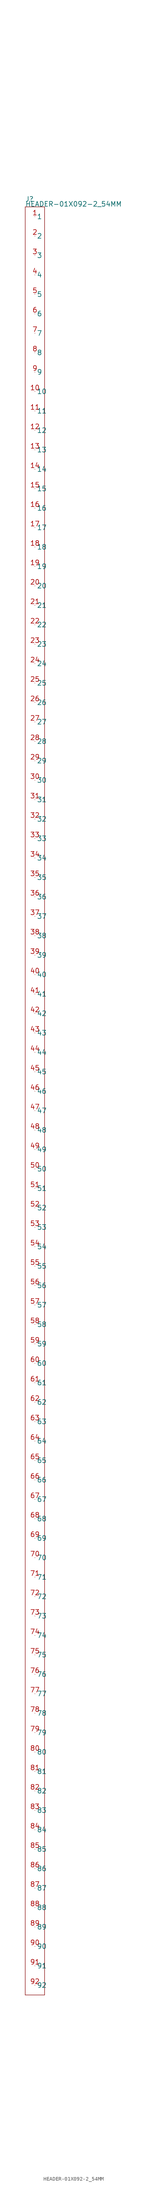
<source format=kicad_sym>
(kicad_symbol_lib
  (version 20211014)
  (generator kicad_symbol_editor)
  (symbol "HEADER-01X092-2_54MM"
    (pin_names)
    (property "Reference" "J"
      (at -2.54 234.95 0)
      (effects (font (size 1.27 1.27)) (justify left bottom)))
    (property "Value" "HEADER-01X092-2_54MM"
      (at -2.54 233.68 0)
      (effects (font (size 1.27 1.27)) (justify left bottom)))
    (property "Datasheet" ""
      (at 0 0 0))
    (property "ki_description" "Header 1x92  - Header Vertical 92POS 2.54MM Technical Specifications: Pitch: 0.1\" (2.54mm) "
      (at 0 0 0))
    (property "ki_fp_filters" "FlashPCB_Connectors:HEADER-THT-01X092-2_54MM FlashPCB_Connectors:HEADER-THT-LONG-01X092-2_54MM FlashPCB_Connectors:HEADER-THT-NOSILK-01X092-2_54MM FlashPCB_Connectors:HEADER-THT-LONG-NOSILK-01X092-2_54MM"
      (at 0 0 0))
    (symbol "HEADER-01X092-2_54MM_1_1"
      (polyline (pts (xy -2.54 233.68) (xy 2.54 233.68)) (stroke (width 0.127)) (fill (type none)))
      (polyline (pts (xy 2.54 233.68) (xy 2.54 -233.68)) (stroke (width 0.127)) (fill (type none)))
      (polyline (pts (xy 2.54 -233.68) (xy -2.54 -233.68)) (stroke (width 0.127)) (fill (type none)))
      (polyline (pts (xy -2.54 -233.68) (xy -2.54 233.68)) (stroke (width 0.127)) (fill (type none)))
      (pin bidirectional line (at 0 231.14 0) (length 0) (name "1" (effects (font (size 1.27 1.27)))) (number "1" (effects (font (size 1.27 1.27)))))
      (pin bidirectional line (at 0 226.06 0) (length 0) (name "2" (effects (font (size 1.27 1.27)))) (number "2" (effects (font (size 1.27 1.27)))))
      (pin bidirectional line (at 0 220.98 0) (length 0) (name "3" (effects (font (size 1.27 1.27)))) (number "3" (effects (font (size 1.27 1.27)))))
      (pin bidirectional line (at 0 215.9 0) (length 0) (name "4" (effects (font (size 1.27 1.27)))) (number "4" (effects (font (size 1.27 1.27)))))
      (pin bidirectional line (at 0 210.82 0) (length 0) (name "5" (effects (font (size 1.27 1.27)))) (number "5" (effects (font (size 1.27 1.27)))))
      (pin bidirectional line (at 0 205.74 0) (length 0) (name "6" (effects (font (size 1.27 1.27)))) (number "6" (effects (font (size 1.27 1.27)))))
      (pin bidirectional line (at 0 200.66 0) (length 0) (name "7" (effects (font (size 1.27 1.27)))) (number "7" (effects (font (size 1.27 1.27)))))
      (pin bidirectional line (at 0 195.58 0) (length 0) (name "8" (effects (font (size 1.27 1.27)))) (number "8" (effects (font (size 1.27 1.27)))))
      (pin bidirectional line (at 0 190.5 0) (length 0) (name "9" (effects (font (size 1.27 1.27)))) (number "9" (effects (font (size 1.27 1.27)))))
      (pin bidirectional line (at 0 185.42 0) (length 0) (name "10" (effects (font (size 1.27 1.27)))) (number "10" (effects (font (size 1.27 1.27)))))
      (pin bidirectional line (at 0 180.34 0) (length 0) (name "11" (effects (font (size 1.27 1.27)))) (number "11" (effects (font (size 1.27 1.27)))))
      (pin bidirectional line (at 0 175.26 0) (length 0) (name "12" (effects (font (size 1.27 1.27)))) (number "12" (effects (font (size 1.27 1.27)))))
      (pin bidirectional line (at 0 170.18 0) (length 0) (name "13" (effects (font (size 1.27 1.27)))) (number "13" (effects (font (size 1.27 1.27)))))
      (pin bidirectional line (at 0 165.1 0) (length 0) (name "14" (effects (font (size 1.27 1.27)))) (number "14" (effects (font (size 1.27 1.27)))))
      (pin bidirectional line (at 0 160.02 0) (length 0) (name "15" (effects (font (size 1.27 1.27)))) (number "15" (effects (font (size 1.27 1.27)))))
      (pin bidirectional line (at 0 154.94 0) (length 0) (name "16" (effects (font (size 1.27 1.27)))) (number "16" (effects (font (size 1.27 1.27)))))
      (pin bidirectional line (at 0 149.86 0) (length 0) (name "17" (effects (font (size 1.27 1.27)))) (number "17" (effects (font (size 1.27 1.27)))))
      (pin bidirectional line (at 0 144.78 0) (length 0) (name "18" (effects (font (size 1.27 1.27)))) (number "18" (effects (font (size 1.27 1.27)))))
      (pin bidirectional line (at 0 139.7 0) (length 0) (name "19" (effects (font (size 1.27 1.27)))) (number "19" (effects (font (size 1.27 1.27)))))
      (pin bidirectional line (at 0 134.62 0) (length 0) (name "20" (effects (font (size 1.27 1.27)))) (number "20" (effects (font (size 1.27 1.27)))))
      (pin bidirectional line (at 0 129.54 0) (length 0) (name "21" (effects (font (size 1.27 1.27)))) (number "21" (effects (font (size 1.27 1.27)))))
      (pin bidirectional line (at 0 124.46 0) (length 0) (name "22" (effects (font (size 1.27 1.27)))) (number "22" (effects (font (size 1.27 1.27)))))
      (pin bidirectional line (at 0 119.38 0) (length 0) (name "23" (effects (font (size 1.27 1.27)))) (number "23" (effects (font (size 1.27 1.27)))))
      (pin bidirectional line (at 0 114.3 0) (length 0) (name "24" (effects (font (size 1.27 1.27)))) (number "24" (effects (font (size 1.27 1.27)))))
      (pin bidirectional line (at 0 109.22 0) (length 0) (name "25" (effects (font (size 1.27 1.27)))) (number "25" (effects (font (size 1.27 1.27)))))
      (pin bidirectional line (at 0 104.14 0) (length 0) (name "26" (effects (font (size 1.27 1.27)))) (number "26" (effects (font (size 1.27 1.27)))))
      (pin bidirectional line (at 0 99.06 0) (length 0) (name "27" (effects (font (size 1.27 1.27)))) (number "27" (effects (font (size 1.27 1.27)))))
      (pin bidirectional line (at 0 93.98 0) (length 0) (name "28" (effects (font (size 1.27 1.27)))) (number "28" (effects (font (size 1.27 1.27)))))
      (pin bidirectional line (at 0 88.9 0) (length 0) (name "29" (effects (font (size 1.27 1.27)))) (number "29" (effects (font (size 1.27 1.27)))))
      (pin bidirectional line (at 0 83.82 0) (length 0) (name "30" (effects (font (size 1.27 1.27)))) (number "30" (effects (font (size 1.27 1.27)))))
      (pin bidirectional line (at 0 78.74 0) (length 0) (name "31" (effects (font (size 1.27 1.27)))) (number "31" (effects (font (size 1.27 1.27)))))
      (pin bidirectional line (at 0 73.66 0) (length 0) (name "32" (effects (font (size 1.27 1.27)))) (number "32" (effects (font (size 1.27 1.27)))))
      (pin bidirectional line (at 0 68.58 0) (length 0) (name "33" (effects (font (size 1.27 1.27)))) (number "33" (effects (font (size 1.27 1.27)))))
      (pin bidirectional line (at 0 63.5 0) (length 0) (name "34" (effects (font (size 1.27 1.27)))) (number "34" (effects (font (size 1.27 1.27)))))
      (pin bidirectional line (at 0 58.42 0) (length 0) (name "35" (effects (font (size 1.27 1.27)))) (number "35" (effects (font (size 1.27 1.27)))))
      (pin bidirectional line (at 0 53.34 0) (length 0) (name "36" (effects (font (size 1.27 1.27)))) (number "36" (effects (font (size 1.27 1.27)))))
      (pin bidirectional line (at 0 48.26 0) (length 0) (name "37" (effects (font (size 1.27 1.27)))) (number "37" (effects (font (size 1.27 1.27)))))
      (pin bidirectional line (at 0 43.18 0) (length 0) (name "38" (effects (font (size 1.27 1.27)))) (number "38" (effects (font (size 1.27 1.27)))))
      (pin bidirectional line (at 0 38.1 0) (length 0) (name "39" (effects (font (size 1.27 1.27)))) (number "39" (effects (font (size 1.27 1.27)))))
      (pin bidirectional line (at 0 33.02 0) (length 0) (name "40" (effects (font (size 1.27 1.27)))) (number "40" (effects (font (size 1.27 1.27)))))
      (pin bidirectional line (at 0 27.94 0) (length 0) (name "41" (effects (font (size 1.27 1.27)))) (number "41" (effects (font (size 1.27 1.27)))))
      (pin bidirectional line (at 0 22.86 0) (length 0) (name "42" (effects (font (size 1.27 1.27)))) (number "42" (effects (font (size 1.27 1.27)))))
      (pin bidirectional line (at 0 17.78 0) (length 0) (name "43" (effects (font (size 1.27 1.27)))) (number "43" (effects (font (size 1.27 1.27)))))
      (pin bidirectional line (at 0 12.7 0) (length 0) (name "44" (effects (font (size 1.27 1.27)))) (number "44" (effects (font (size 1.27 1.27)))))
      (pin bidirectional line (at 0 7.62 0) (length 0) (name "45" (effects (font (size 1.27 1.27)))) (number "45" (effects (font (size 1.27 1.27)))))
      (pin bidirectional line (at 0 2.54 0) (length 0) (name "46" (effects (font (size 1.27 1.27)))) (number "46" (effects (font (size 1.27 1.27)))))
      (pin bidirectional line (at 0 -2.54 0) (length 0) (name "47" (effects (font (size 1.27 1.27)))) (number "47" (effects (font (size 1.27 1.27)))))
      (pin bidirectional line (at 0 -7.62 0) (length 0) (name "48" (effects (font (size 1.27 1.27)))) (number "48" (effects (font (size 1.27 1.27)))))
      (pin bidirectional line (at 0 -12.7 0) (length 0) (name "49" (effects (font (size 1.27 1.27)))) (number "49" (effects (font (size 1.27 1.27)))))
      (pin bidirectional line (at 0 -17.78 0) (length 0) (name "50" (effects (font (size 1.27 1.27)))) (number "50" (effects (font (size 1.27 1.27)))))
      (pin bidirectional line (at 0 -22.86 0) (length 0) (name "51" (effects (font (size 1.27 1.27)))) (number "51" (effects (font (size 1.27 1.27)))))
      (pin bidirectional line (at 0 -27.94 0) (length 0) (name "52" (effects (font (size 1.27 1.27)))) (number "52" (effects (font (size 1.27 1.27)))))
      (pin bidirectional line (at 0 -33.02 0) (length 0) (name "53" (effects (font (size 1.27 1.27)))) (number "53" (effects (font (size 1.27 1.27)))))
      (pin bidirectional line (at 0 -38.1 0) (length 0) (name "54" (effects (font (size 1.27 1.27)))) (number "54" (effects (font (size 1.27 1.27)))))
      (pin bidirectional line (at 0 -43.18 0) (length 0) (name "55" (effects (font (size 1.27 1.27)))) (number "55" (effects (font (size 1.27 1.27)))))
      (pin bidirectional line (at 0 -48.26 0) (length 0) (name "56" (effects (font (size 1.27 1.27)))) (number "56" (effects (font (size 1.27 1.27)))))
      (pin bidirectional line (at 0 -53.34 0) (length 0) (name "57" (effects (font (size 1.27 1.27)))) (number "57" (effects (font (size 1.27 1.27)))))
      (pin bidirectional line (at 0 -58.42 0) (length 0) (name "58" (effects (font (size 1.27 1.27)))) (number "58" (effects (font (size 1.27 1.27)))))
      (pin bidirectional line (at 0 -63.5 0) (length 0) (name "59" (effects (font (size 1.27 1.27)))) (number "59" (effects (font (size 1.27 1.27)))))
      (pin bidirectional line (at 0 -68.58 0) (length 0) (name "60" (effects (font (size 1.27 1.27)))) (number "60" (effects (font (size 1.27 1.27)))))
      (pin bidirectional line (at 0 -73.66 0) (length 0) (name "61" (effects (font (size 1.27 1.27)))) (number "61" (effects (font (size 1.27 1.27)))))
      (pin bidirectional line (at 0 -78.74 0) (length 0) (name "62" (effects (font (size 1.27 1.27)))) (number "62" (effects (font (size 1.27 1.27)))))
      (pin bidirectional line (at 0 -83.82 0) (length 0) (name "63" (effects (font (size 1.27 1.27)))) (number "63" (effects (font (size 1.27 1.27)))))
      (pin bidirectional line (at 0 -88.9 0) (length 0) (name "64" (effects (font (size 1.27 1.27)))) (number "64" (effects (font (size 1.27 1.27)))))
      (pin bidirectional line (at 0 -93.98 0) (length 0) (name "65" (effects (font (size 1.27 1.27)))) (number "65" (effects (font (size 1.27 1.27)))))
      (pin bidirectional line (at 0 -99.06 0) (length 0) (name "66" (effects (font (size 1.27 1.27)))) (number "66" (effects (font (size 1.27 1.27)))))
      (pin bidirectional line (at 0 -104.14 0) (length 0) (name "67" (effects (font (size 1.27 1.27)))) (number "67" (effects (font (size 1.27 1.27)))))
      (pin bidirectional line (at 0 -109.22 0) (length 0) (name "68" (effects (font (size 1.27 1.27)))) (number "68" (effects (font (size 1.27 1.27)))))
      (pin bidirectional line (at 0 -114.3 0) (length 0) (name "69" (effects (font (size 1.27 1.27)))) (number "69" (effects (font (size 1.27 1.27)))))
      (pin bidirectional line (at 0 -119.38 0) (length 0) (name "70" (effects (font (size 1.27 1.27)))) (number "70" (effects (font (size 1.27 1.27)))))
      (pin bidirectional line (at 0 -124.46 0) (length 0) (name "71" (effects (font (size 1.27 1.27)))) (number "71" (effects (font (size 1.27 1.27)))))
      (pin bidirectional line (at 0 -129.54 0) (length 0) (name "72" (effects (font (size 1.27 1.27)))) (number "72" (effects (font (size 1.27 1.27)))))
      (pin bidirectional line (at 0 -134.62 0) (length 0) (name "73" (effects (font (size 1.27 1.27)))) (number "73" (effects (font (size 1.27 1.27)))))
      (pin bidirectional line (at 0 -139.7 0) (length 0) (name "74" (effects (font (size 1.27 1.27)))) (number "74" (effects (font (size 1.27 1.27)))))
      (pin bidirectional line (at 0 -144.78 0) (length 0) (name "75" (effects (font (size 1.27 1.27)))) (number "75" (effects (font (size 1.27 1.27)))))
      (pin bidirectional line (at 0 -149.86 0) (length 0) (name "76" (effects (font (size 1.27 1.27)))) (number "76" (effects (font (size 1.27 1.27)))))
      (pin bidirectional line (at 0 -154.94 0) (length 0) (name "77" (effects (font (size 1.27 1.27)))) (number "77" (effects (font (size 1.27 1.27)))))
      (pin bidirectional line (at 0 -160.02 0) (length 0) (name "78" (effects (font (size 1.27 1.27)))) (number "78" (effects (font (size 1.27 1.27)))))
      (pin bidirectional line (at 0 -165.1 0) (length 0) (name "79" (effects (font (size 1.27 1.27)))) (number "79" (effects (font (size 1.27 1.27)))))
      (pin bidirectional line (at 0 -170.18 0) (length 0) (name "80" (effects (font (size 1.27 1.27)))) (number "80" (effects (font (size 1.27 1.27)))))
      (pin bidirectional line (at 0 -175.26 0) (length 0) (name "81" (effects (font (size 1.27 1.27)))) (number "81" (effects (font (size 1.27 1.27)))))
      (pin bidirectional line (at 0 -180.34 0) (length 0) (name "82" (effects (font (size 1.27 1.27)))) (number "82" (effects (font (size 1.27 1.27)))))
      (pin bidirectional line (at 0 -185.42 0) (length 0) (name "83" (effects (font (size 1.27 1.27)))) (number "83" (effects (font (size 1.27 1.27)))))
      (pin bidirectional line (at 0 -190.5 0) (length 0) (name "84" (effects (font (size 1.27 1.27)))) (number "84" (effects (font (size 1.27 1.27)))))
      (pin bidirectional line (at 0 -195.58 0) (length 0) (name "85" (effects (font (size 1.27 1.27)))) (number "85" (effects (font (size 1.27 1.27)))))
      (pin bidirectional line (at 0 -200.66 0) (length 0) (name "86" (effects (font (size 1.27 1.27)))) (number "86" (effects (font (size 1.27 1.27)))))
      (pin bidirectional line (at 0 -205.74 0) (length 0) (name "87" (effects (font (size 1.27 1.27)))) (number "87" (effects (font (size 1.27 1.27)))))
      (pin bidirectional line (at 0 -210.82 0) (length 0) (name "88" (effects (font (size 1.27 1.27)))) (number "88" (effects (font (size 1.27 1.27)))))
      (pin bidirectional line (at 0 -215.9 0) (length 0) (name "89" (effects (font (size 1.27 1.27)))) (number "89" (effects (font (size 1.27 1.27)))))
      (pin bidirectional line (at 0 -220.98 0) (length 0) (name "90" (effects (font (size 1.27 1.27)))) (number "90" (effects (font (size 1.27 1.27)))))
      (pin bidirectional line (at 0 -226.06 0) (length 0) (name "91" (effects (font (size 1.27 1.27)))) (number "91" (effects (font (size 1.27 1.27)))))
      (pin bidirectional line (at 0 -231.14 0) (length 0) (name "92" (effects (font (size 1.27 1.27)))) (number "92" (effects (font (size 1.27 1.27))))))))
</source>
